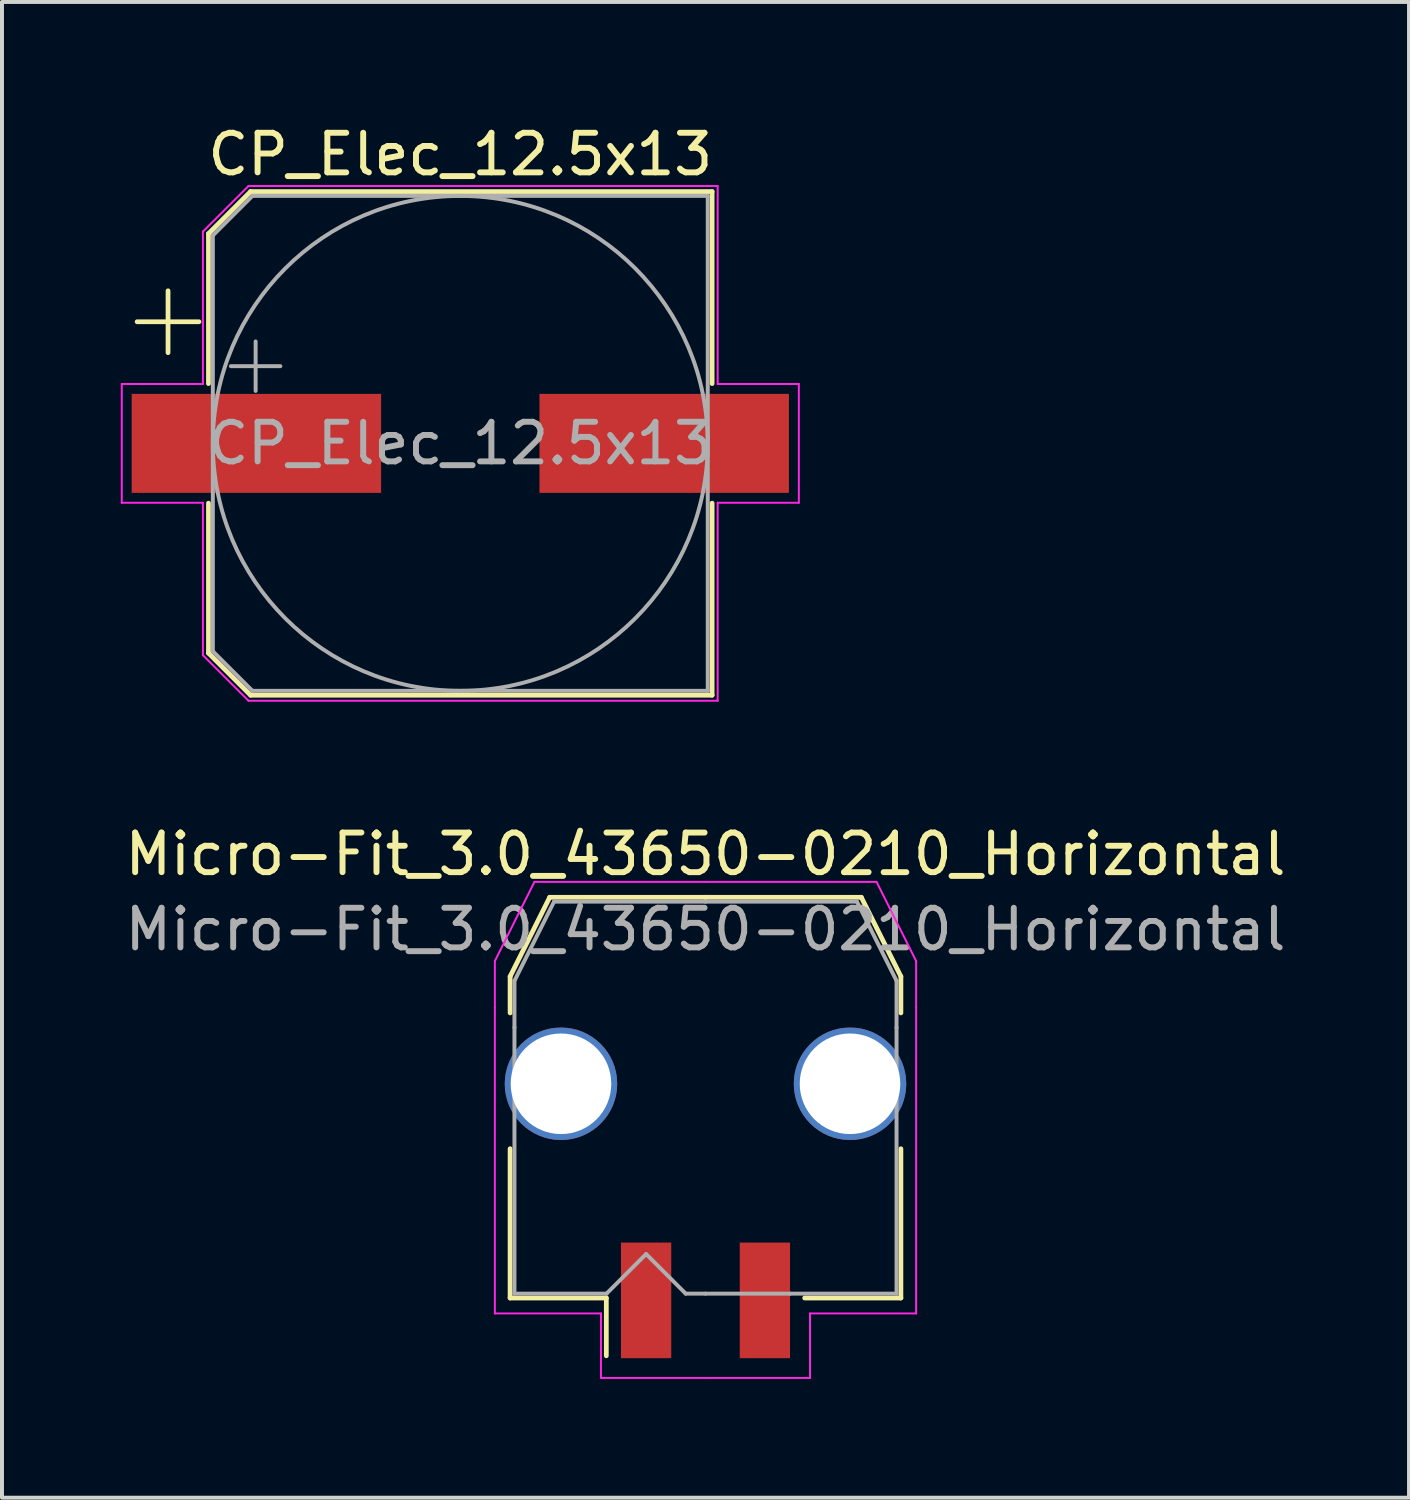
<source format=kicad_pcb>
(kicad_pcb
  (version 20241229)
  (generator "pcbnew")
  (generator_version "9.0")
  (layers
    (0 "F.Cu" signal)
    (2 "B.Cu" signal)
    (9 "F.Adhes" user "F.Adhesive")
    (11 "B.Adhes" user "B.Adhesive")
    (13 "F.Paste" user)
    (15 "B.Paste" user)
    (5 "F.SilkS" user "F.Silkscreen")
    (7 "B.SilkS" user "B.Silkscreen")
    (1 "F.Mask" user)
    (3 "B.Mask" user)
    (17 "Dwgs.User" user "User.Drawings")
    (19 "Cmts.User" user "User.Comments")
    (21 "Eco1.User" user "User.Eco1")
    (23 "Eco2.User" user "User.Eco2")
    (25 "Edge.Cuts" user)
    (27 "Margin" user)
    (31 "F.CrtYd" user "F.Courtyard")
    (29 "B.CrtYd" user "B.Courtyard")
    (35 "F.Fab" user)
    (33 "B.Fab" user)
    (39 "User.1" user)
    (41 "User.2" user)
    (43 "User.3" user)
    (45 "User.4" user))
  (footprint "CP_Elec_12.5x13"
    (layer "F.Cu")
    (at 8.575 8.148)
    (property "Reference" "CP_Elec_12.5x13" (at 0 -7.3 0) (layer "F.SilkS") (effects (font (size 1 1) (thickness 0.15))))
    (attr smd)
    (fp_line (start -8.162 -3.072) (end -6.6 -3.072) (stroke (width 0.12) (type solid)) (layer "F.SilkS"))
    (fp_line (start -7.381 -3.854) (end -7.381 -2.291) (stroke (width 0.12) (type solid)) (layer "F.SilkS"))
    (fp_line (start -6.36 -5.296) (end -6.36 -1.51) (stroke (width 0.12) (type solid)) (layer "F.SilkS"))
    (fp_line (start -6.36 -5.296) (end -5.296 -6.36) (stroke (width 0.12) (type solid)) (layer "F.SilkS"))
    (fp_line (start -6.36 5.296) (end -6.36 1.51) (stroke (width 0.12) (type solid)) (layer "F.SilkS"))
    (fp_line (start -6.36 5.296) (end -5.296 6.36) (stroke (width 0.12) (type solid)) (layer "F.SilkS"))
    (fp_line (start -5.296 -6.36) (end 6.36 -6.36) (stroke (width 0.12) (type solid)) (layer "F.SilkS"))
    (fp_line (start -5.296 6.36) (end 6.36 6.36) (stroke (width 0.12) (type solid)) (layer "F.SilkS"))
    (fp_line (start 6.36 -6.36) (end 6.36 -1.51) (stroke (width 0.12) (type solid)) (layer "F.SilkS"))
    (fp_line (start 6.36 6.36) (end 6.36 1.51) (stroke (width 0.12) (type solid)) (layer "F.SilkS"))
    (fp_line (start -8.55 -1.5) (end -8.55 1.5) (stroke (width 0.05) (type solid)) (layer "F.CrtYd"))
    (fp_line (start -8.55 1.5) (end -6.5 1.5) (stroke (width 0.05) (type solid)) (layer "F.CrtYd"))
    (fp_line (start -6.5 -5.35) (end -6.5 -1.5) (stroke (width 0.05) (type solid)) (layer "F.CrtYd"))
    (fp_line (start -6.5 -5.35) (end -5.35 -6.5) (stroke (width 0.05) (type solid)) (layer "F.CrtYd"))
    (fp_line (start -6.5 -1.5) (end -8.55 -1.5) (stroke (width 0.05) (type solid)) (layer "F.CrtYd"))
    (fp_line (start -6.5 1.5) (end -6.5 5.35) (stroke (width 0.05) (type solid)) (layer "F.CrtYd"))
    (fp_line (start -6.5 5.35) (end -5.35 6.5) (stroke (width 0.05) (type solid)) (layer "F.CrtYd"))
    (fp_line (start -5.35 -6.5) (end 6.5 -6.5) (stroke (width 0.05) (type solid)) (layer "F.CrtYd"))
    (fp_line (start -5.35 6.5) (end 6.5 6.5) (stroke (width 0.05) (type solid)) (layer "F.CrtYd"))
    (fp_line (start 6.5 -6.5) (end 6.5 -1.5) (stroke (width 0.05) (type solid)) (layer "F.CrtYd"))
    (fp_line (start 6.5 -1.5) (end 8.55 -1.5) (stroke (width 0.05) (type solid)) (layer "F.CrtYd"))
    (fp_line (start 6.5 1.5) (end 6.5 6.5) (stroke (width 0.05) (type solid)) (layer "F.CrtYd"))
    (fp_line (start 8.55 -1.5) (end 8.55 1.5) (stroke (width 0.05) (type solid)) (layer "F.CrtYd"))
    (fp_line (start 8.55 1.5) (end 6.5 1.5) (stroke (width 0.05) (type solid)) (layer "F.CrtYd"))
    (fp_line (start -6.25 -5.25) (end -6.25 5.25) (stroke (width 0.1) (type solid)) (layer "F.Fab"))
    (fp_line (start -6.25 -5.25) (end -5.25 -6.25) (stroke (width 0.1) (type solid)) (layer "F.Fab"))
    (fp_line (start -6.25 5.25) (end -5.25 6.25) (stroke (width 0.1) (type solid)) (layer "F.Fab"))
    (fp_line (start -5.794 -1.95) (end -4.544 -1.95) (stroke (width 0.1) (type solid)) (layer "F.Fab"))
    (fp_line (start -5.25 -6.25) (end 6.25 -6.25) (stroke (width 0.1) (type solid)) (layer "F.Fab"))
    (fp_line (start -5.25 6.25) (end 6.25 6.25) (stroke (width 0.1) (type solid)) (layer "F.Fab"))
    (fp_line (start -5.169 -2.575) (end -5.169 -1.325) (stroke (width 0.1) (type solid)) (layer "F.Fab"))
    (fp_line (start 6.25 -6.25) (end 6.25 6.25) (stroke (width 0.1) (type solid)) (layer "F.Fab"))
    (fp_circle (center 0 0) (end 6.25 0) (stroke (width 0.1) (type solid)) (fill no) (layer "F.Fab"))
    (fp_text user "${REFERENCE}" (at 0 0 0) (layer "F.Fab") (effects (font (size 1 1) (thickness 0.15))))
    (pad "1" smd rect (at -5.15 0) (size 6.3 2.5) (layers "F.Cu" "F.Mask" "F.Paste"))
    (pad "2" smd rect (at 5.15 0) (size 6.3 2.5) (layers "F.Cu" "F.Mask" "F.Paste")))
  (footprint "Micro-Fit_3.0_43650-0210_Horizontal"
    (layer "F.Cu")
    (at 14.768 24.672)
    (property "Reference" "Micro-Fit_3.0_43650-0210_Horizontal" (at 0 -6.15 0) (layer "F.SilkS") (effects (font (size 1 1) (thickness 0.15))))
    (attr smd)
    (fp_line (start -4.935 -3.06) (end -4.935 -2.14) (stroke (width 0.12) (type solid)) (layer "F.SilkS"))
    (fp_line (start -4.935 1.29) (end -4.935 5.06) (stroke (width 0.12) (type solid)) (layer "F.SilkS"))
    (fp_line (start -4.935 5.06) (end -2.505 5.06) (stroke (width 0.12) (type solid)) (layer "F.SilkS"))
    (fp_line (start -3.935 -5.06) (end -4.935 -3.06) (stroke (width 0.12) (type solid)) (layer "F.SilkS"))
    (fp_line (start -2.505 5.06) (end -2.505 6.52) (stroke (width 0.12) (type solid)) (layer "F.SilkS"))
    (fp_line (start 0 -5.06) (end -3.935 -5.06) (stroke (width 0.12) (type solid)) (layer "F.SilkS"))
    (fp_line (start 0 -5.06) (end 3.935 -5.06) (stroke (width 0.12) (type solid)) (layer "F.SilkS"))
    (fp_line (start 3.935 -5.06) (end 4.935 -3.06) (stroke (width 0.12) (type solid)) (layer "F.SilkS"))
    (fp_line (start 4.935 -3.06) (end 4.935 -2.14) (stroke (width 0.12) (type solid)) (layer "F.SilkS"))
    (fp_line (start 4.935 1.29) (end 4.935 5.06) (stroke (width 0.12) (type solid)) (layer "F.SilkS"))
    (fp_line (start 4.935 5.06) (end 2.505 5.06) (stroke (width 0.12) (type solid)) (layer "F.SilkS"))
    (fp_line (start -5.32 -3.45) (end -5.32 -2.27) (stroke (width 0.05) (type solid)) (layer "F.CrtYd"))
    (fp_line (start -5.32 -2.27) (end -5.32 5.45) (stroke (width 0.05) (type solid)) (layer "F.CrtYd"))
    (fp_line (start -5.32 5.45) (end -2.64 5.45) (stroke (width 0.05) (type solid)) (layer "F.CrtYd"))
    (fp_line (start -4.32 -5.45) (end -5.32 -3.45) (stroke (width 0.05) (type solid)) (layer "F.CrtYd"))
    (fp_line (start -2.64 5.45) (end -2.64 7.08) (stroke (width 0.05) (type solid)) (layer "F.CrtYd"))
    (fp_line (start -2.64 7.08) (end 0 7.08) (stroke (width 0.05) (type solid)) (layer "F.CrtYd"))
    (fp_line (start 0 -5.45) (end -4.32 -5.45) (stroke (width 0.05) (type solid)) (layer "F.CrtYd"))
    (fp_line (start 0 -5.45) (end 4.32 -5.45) (stroke (width 0.05) (type solid)) (layer "F.CrtYd"))
    (fp_line (start 2.64 5.45) (end 2.64 7.08) (stroke (width 0.05) (type solid)) (layer "F.CrtYd"))
    (fp_line (start 2.64 7.08) (end 0 7.08) (stroke (width 0.05) (type solid)) (layer "F.CrtYd"))
    (fp_line (start 4.32 -5.45) (end 5.32 -3.45) (stroke (width 0.05) (type solid)) (layer "F.CrtYd"))
    (fp_line (start 5.32 -3.45) (end 5.32 -2.27) (stroke (width 0.05) (type solid)) (layer "F.CrtYd"))
    (fp_line (start 5.32 -2.27) (end 5.32 5.45) (stroke (width 0.05) (type solid)) (layer "F.CrtYd"))
    (fp_line (start 5.32 5.45) (end 2.64 5.45) (stroke (width 0.05) (type solid)) (layer "F.CrtYd"))
    (fp_line (start -4.825 -2.95) (end -4.825 -1.77) (stroke (width 0.1) (type solid)) (layer "F.Fab"))
    (fp_line (start -4.825 -1.77) (end -4.825 4.95) (stroke (width 0.1) (type solid)) (layer "F.Fab"))
    (fp_line (start -4.825 4.95) (end -2.5 4.95) (stroke (width 0.1) (type solid)) (layer "F.Fab"))
    (fp_line (start -3.825 -4.95) (end -4.825 -2.95) (stroke (width 0.1) (type solid)) (layer "F.Fab"))
    (fp_line (start -2.5 4.95) (end -1.5 3.95) (stroke (width 0.1) (type solid)) (layer "F.Fab"))
    (fp_line (start -1.5 3.95) (end -0.5 4.95) (stroke (width 0.1) (type solid)) (layer "F.Fab"))
    (fp_line (start -0.5 4.95) (end 0 4.95) (stroke (width 0.1) (type solid)) (layer "F.Fab"))
    (fp_line (start 0 -4.95) (end -3.825 -4.95) (stroke (width 0.1) (type solid)) (layer "F.Fab"))
    (fp_line (start 0 -4.95) (end 3.825 -4.95) (stroke (width 0.1) (type solid)) (layer "F.Fab"))
    (fp_line (start 2.135 4.95) (end 0 4.95) (stroke (width 0.1) (type solid)) (layer "F.Fab"))
    (fp_line (start 3.825 -4.95) (end 4.825 -2.95) (stroke (width 0.1) (type solid)) (layer "F.Fab"))
    (fp_line (start 4.825 -2.95) (end 4.825 -1.77) (stroke (width 0.1) (type solid)) (layer "F.Fab"))
    (fp_line (start 4.825 -1.77) (end 4.825 4.95) (stroke (width 0.1) (type solid)) (layer "F.Fab"))
    (fp_line (start 4.825 4.95) (end 2.135 4.95) (stroke (width 0.1) (type solid)) (layer "F.Fab"))
    (fp_text user "${REFERENCE}" (at 0 -4.25 0) (layer "F.Fab") (effects (font (size 1 1) (thickness 0.15))))
    (pad "1" smd rect (at -1.5 5.12) (size 1.27 2.92) (layers "F.Cu" "F.Mask" "F.Paste"))
    (pad "2" smd rect (at 1.5 5.12) (size 1.27 2.92) (layers "F.Cu" "F.Mask" "F.Paste"))
    (pad "MP" thru_hole circle (at -3.65 -0.35) (size 2.84 2.84) (drill 2.54) (layers "*.Cu" "*.Mask"))
    (pad "MP" thru_hole circle (at 3.65 -0.35) (size 2.84 2.84) (drill 2.54) (layers "*.Cu" "*.Mask")))
  (gr_rect
    (start -3 -3)
    (end 32.536 34.776)
    (stroke (width 0.1) (type default))
    (fill no)
    (layer "Edge.Cuts")))
</source>
